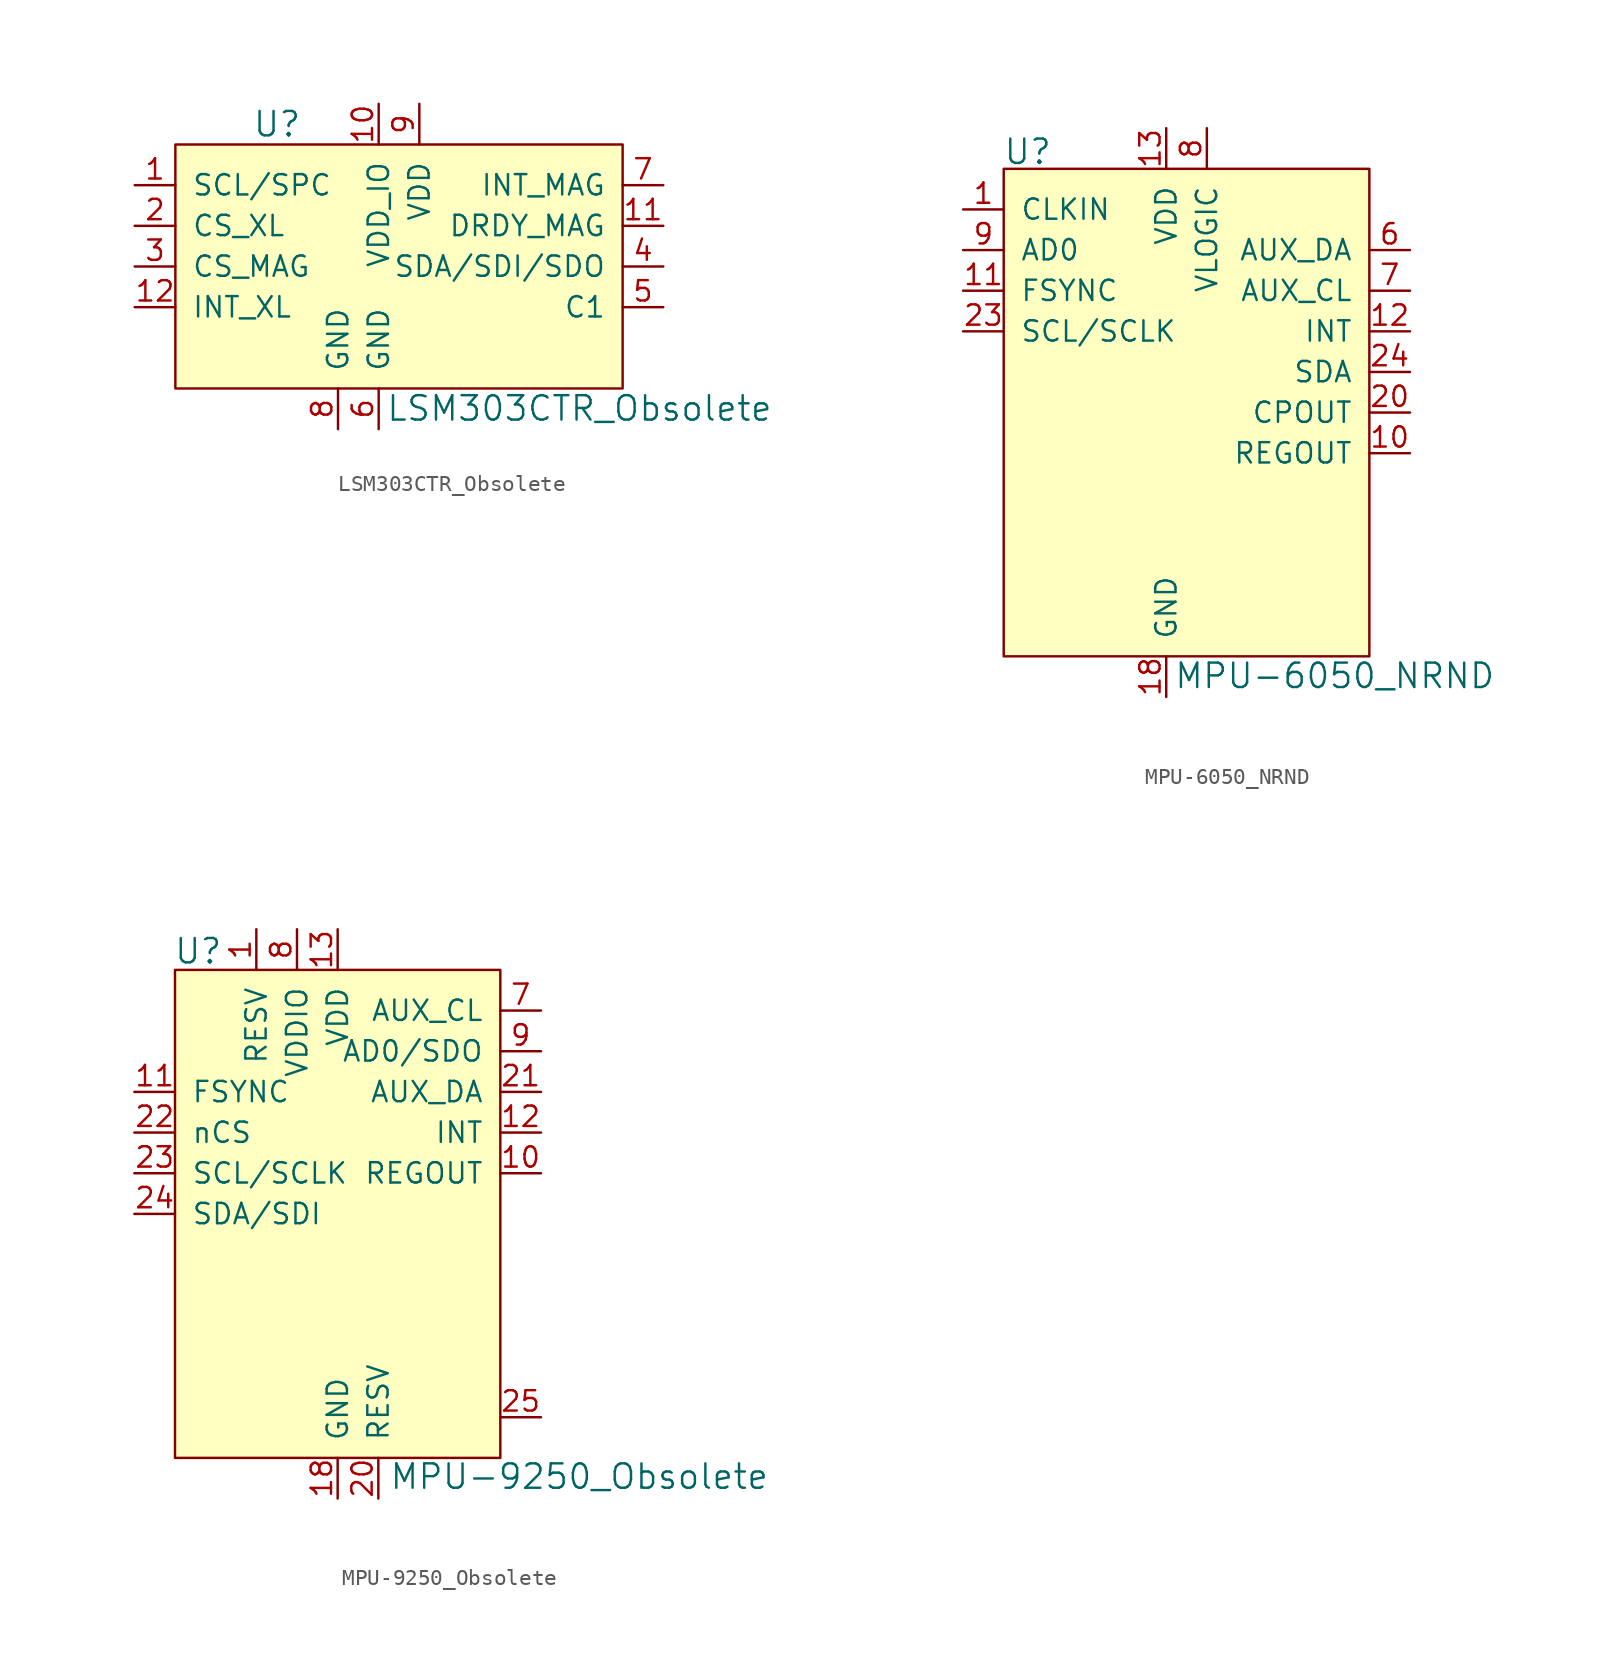
<source format=kicad_sym>
(kicad_symbol_lib
  (version 20201005)
  (generator kicad_symbol_editor)
  (symbol "LSM303CTR_Obsolete"
    (pin_names
      (offset 1.016))
    (property "Reference" "U"
      (at -11.43 13.97 0)
      (effects (font (size 1.524 1.524))))
    (property "Value" "LSM303CTR_Obsolete"
      (at -4.648 -3.785 0)
      (effects (font (size 1.524 1.524)) (justify left)))
    (symbol "LSM303CTR_Obsolete_0_1"
      (rectangle (start -17.78 12.7) (end 10.16 -2.54) (stroke (width 0)) (fill (type background))))
    (symbol "LSM303CTR_Obsolete_1_1"
      (pin input line (at -20.32 10.16 0) (length 2.54) (name "SCL/SPC" (effects (font (size 1.27 1.27)))) (number "1" (effects (font (size 1.27 1.27)))))
      (pin input line (at -20.32 7.62 0) (length 2.54) (name "CS_XL" (effects (font (size 1.27 1.27)))) (number "2" (effects (font (size 1.27 1.27)))))
      (pin input line (at -20.32 5.08 0) (length 2.54) (name "CS_MAG" (effects (font (size 1.27 1.27)))) (number "3" (effects (font (size 1.27 1.27)))))
      (pin bidirectional line (at 12.7 5.08 180) (length 2.54) (name "SDA/SDI/SDO" (effects (font (size 1.27 1.27)))) (number "4" (effects (font (size 1.27 1.27)))))
      (pin passive line (at 12.7 2.54 180) (length 2.54) (name "C1" (effects (font (size 1.27 1.27)))) (number "5" (effects (font (size 1.27 1.27)))))
      (pin power_in line (at -5.08 -5.08 90) (length 2.54) (name "GND" (effects (font (size 1.27 1.27)))) (number "6" (effects (font (size 1.27 1.27)))))
      (pin output line (at 12.7 10.16 180) (length 2.54) (name "INT_MAG" (effects (font (size 1.27 1.27)))) (number "7" (effects (font (size 1.27 1.27)))))
      (pin power_in line (at -7.62 -5.08 90) (length 2.54) (name "GND" (effects (font (size 1.27 1.27)))) (number "8" (effects (font (size 1.27 1.27)))))
      (pin power_in line (at -2.54 15.24 270) (length 2.54) (name "VDD" (effects (font (size 1.27 1.27)))) (number "9" (effects (font (size 1.27 1.27)))))
      (pin power_in line (at -5.08 15.24 270) (length 2.54) (name "VDD_IO" (effects (font (size 1.27 1.27)))) (number "10" (effects (font (size 1.27 1.27)))))
      (pin output line (at 12.7 7.62 180) (length 2.54) (name "DRDY_MAG" (effects (font (size 1.27 1.27)))) (number "11" (effects (font (size 1.27 1.27)))))
      (pin input line (at -20.32 2.54 0) (length 2.54) (name "INT_XL" (effects (font (size 1.27 1.27)))) (number "12" (effects (font (size 1.27 1.27)))))))
  (symbol "MPU-6050_NRND"
    (pin_names
      (offset 1.016))
    (property "Reference" "U"
      (at -10.211 16.307 0)
      (effects (font (size 1.524 1.524)) (justify left)))
    (property "Value" "MPU-6050_NRND"
      (at 0.457 -16.459 0)
      (effects (font (size 1.524 1.524)) (justify left)))
    (symbol "MPU-6050_NRND_1_0"
      (pin input line (at -12.7 12.7 0) (length 2.54) (name "CLKIN" (effects (font (size 1.27 1.27)))) (number "1" (effects (font (size 1.27 1.27)))))
      (pin no_connect line (at -10.16 -12.7 0) (length 2.54) hide (name "NC" (effects (font (size 1.27 1.27)))) (number "2" (effects (font (size 1.27 1.27)))))
      (pin no_connect line (at -10.16 -10.16 0) (length 2.54) hide (name "NC" (effects (font (size 1.27 1.27)))) (number "3" (effects (font (size 1.27 1.27)))))
      (pin no_connect line (at -10.16 -7.62 0) (length 2.54) hide (name "NC" (effects (font (size 1.27 1.27)))) (number "4" (effects (font (size 1.27 1.27)))))
      (pin no_connect line (at -10.16 -5.08 0) (length 2.54) hide (name "NC" (effects (font (size 1.27 1.27)))) (number "5" (effects (font (size 1.27 1.27)))))
      (pin bidirectional line (at 15.24 10.16 180) (length 2.54) (name "AUX_DA" (effects (font (size 1.27 1.27)))) (number "6" (effects (font (size 1.27 1.27)))))
      (pin output line (at 15.24 7.62 180) (length 2.54) (name "AUX_CL" (effects (font (size 1.27 1.27)))) (number "7" (effects (font (size 1.27 1.27)))))
      (pin power_in line (at 2.54 17.78 270) (length 2.54) (name "VLOGIC" (effects (font (size 1.27 1.27)))) (number "8" (effects (font (size 1.27 1.27)))))
      (pin input line (at -12.7 10.16 0) (length 2.54) (name "AD0" (effects (font (size 1.27 1.27)))) (number "9" (effects (font (size 1.27 1.27)))))
      (pin unspecified line (at 15.24 -2.54 180) (length 2.54) (name "REGOUT" (effects (font (size 1.27 1.27)))) (number "10" (effects (font (size 1.27 1.27)))))
      (pin unspecified line (at 15.24 0 180) (length 2.54) (name "CPOUT" (effects (font (size 1.27 1.27)))) (number "20" (effects (font (size 1.27 1.27)))))
      (pin input line (at -12.7 7.62 0) (length 2.54) (name "FSYNC" (effects (font (size 1.27 1.27)))) (number "11" (effects (font (size 1.27 1.27)))))
      (pin no_connect line (at -10.16 0 0) (length 2.54) hide (name "RESV" (effects (font (size 1.27 1.27)))) (number "21" (effects (font (size 1.27 1.27)))))
      (pin output line (at 15.24 5.08 180) (length 2.54) (name "INT" (effects (font (size 1.27 1.27)))) (number "12" (effects (font (size 1.27 1.27)))))
      (pin no_connect line (at -10.16 -2.54 0) (length 2.54) hide (name "RESV" (effects (font (size 1.27 1.27)))) (number "22" (effects (font (size 1.27 1.27)))))
      (pin power_in line (at 0 17.78 270) (length 2.54) (name "VDD" (effects (font (size 1.27 1.27)))) (number "13" (effects (font (size 1.27 1.27)))))
      (pin input line (at -12.7 5.08 0) (length 2.54) (name "SCL/SCLK" (effects (font (size 1.27 1.27)))) (number "23" (effects (font (size 1.27 1.27)))))
      (pin no_connect line (at 12.7 -10.16 180) (length 2.54) hide (name "NC" (effects (font (size 1.27 1.27)))) (number "14" (effects (font (size 1.27 1.27)))))
      (pin bidirectional line (at 15.24 2.54 180) (length 2.54) (name "SDA" (effects (font (size 1.27 1.27)))) (number "24" (effects (font (size 1.27 1.27)))))
      (pin no_connect line (at 12.7 -12.7 180) (length 2.54) hide (name "NC" (effects (font (size 1.27 1.27)))) (number "15" (effects (font (size 1.27 1.27)))))
      (pin no_connect line (at 12.7 -7.62 180) (length 2.54) hide (name "NC" (effects (font (size 1.27 1.27)))) (number "16" (effects (font (size 1.27 1.27)))))
      (pin no_connect line (at 12.7 -5.08 180) (length 2.54) hide (name "NC" (effects (font (size 1.27 1.27)))) (number "17" (effects (font (size 1.27 1.27)))))
      (pin power_in line (at 0 -17.78 90) (length 2.54) (name "GND" (effects (font (size 1.27 1.27)))) (number "18" (effects (font (size 1.27 1.27)))))
      (pin no_connect line (at -10.16 2.54 0) (length 2.54) hide (name "RESV" (effects (font (size 1.27 1.27)))) (number "19" (effects (font (size 1.27 1.27))))))
    (symbol "MPU-6050_NRND_1_1"
      (rectangle (start -10.16 15.24) (end 12.7 -15.24) (stroke (width 0)) (fill (type background)))))
  (symbol "MPU-9250_Obsolete"
    (pin_names
      (offset 1.016))
    (property "Reference" "U"
      (at -17.882 11.328 0)
      (effects (font (size 1.524 1.524)) (justify left)))
    (property "Value" "MPU-9250_Obsolete"
      (at -4.42 -21.488 0)
      (effects (font (size 1.524 1.524)) (justify left)))
    (symbol "MPU-9250_Obsolete_0_1"
      (rectangle (start -17.78 10.16) (end 2.54 -20.32) (stroke (width 0)) (fill (type background))))
    (symbol "MPU-9250_Obsolete_1_0"
      (pin no_connect line (at -17.78 -7.62 0) (length 2.54) hide (name "NC" (effects (font (size 1.27 1.27)))) (number "2" (effects (font (size 1.27 1.27)))))
      (pin no_connect line (at -17.78 -10.16 0) (length 2.54) hide (name "NC" (effects (font (size 1.27 1.27)))) (number "3" (effects (font (size 1.27 1.27)))))
      (pin no_connect line (at -17.78 -12.7 0) (length 2.54) hide (name "NC" (effects (font (size 1.27 1.27)))) (number "4" (effects (font (size 1.27 1.27)))))
      (pin no_connect line (at -17.78 -15.24 0) (length 2.54) hide (name "NC" (effects (font (size 1.27 1.27)))) (number "5" (effects (font (size 1.27 1.27)))))
      (pin no_connect line (at -17.78 -17.78 0) (length 2.54) hide (name "NC" (effects (font (size 1.27 1.27)))) (number "6" (effects (font (size 1.27 1.27)))))
      (pin power_in line (at -10.16 12.7 270) (length 2.54) (name "VDDIO" (effects (font (size 1.27 1.27)))) (number "8" (effects (font (size 1.27 1.27)))))
      (pin output line (at 5.08 5.08 180) (length 2.54) (name "AD0/SDO" (effects (font (size 1.27 1.27)))) (number "9" (effects (font (size 1.27 1.27)))))
      (pin unspecified line (at 5.08 -2.54 180) (length 2.54) (name "REGOUT" (effects (font (size 1.27 1.27)))) (number "10" (effects (font (size 1.27 1.27)))))
      (pin power_in line (at -5.08 -22.86 90) (length 2.54) (name "RESV" (effects (font (size 1.27 1.27)))) (number "20" (effects (font (size 1.27 1.27)))))
      (pin input line (at -20.32 2.54 0) (length 2.54) (name "FSYNC" (effects (font (size 1.27 1.27)))) (number "11" (effects (font (size 1.27 1.27)))))
      (pin bidirectional line (at 5.08 2.54 180) (length 2.54) (name "AUX_DA" (effects (font (size 1.27 1.27)))) (number "21" (effects (font (size 1.27 1.27)))))
      (pin output line (at 5.08 0 180) (length 2.54) (name "INT" (effects (font (size 1.27 1.27)))) (number "12" (effects (font (size 1.27 1.27)))))
      (pin input line (at -20.32 0 0) (length 2.54) (name "nCS" (effects (font (size 1.27 1.27)))) (number "22" (effects (font (size 1.27 1.27)))))
      (pin power_in line (at -7.62 12.7 270) (length 2.54) (name "VDD" (effects (font (size 1.27 1.27)))) (number "13" (effects (font (size 1.27 1.27)))))
      (pin input line (at -20.32 -2.54 0) (length 2.54) (name "SCL/SCLK" (effects (font (size 1.27 1.27)))) (number "23" (effects (font (size 1.27 1.27)))))
      (pin no_connect line (at 2.54 -7.62 180) (length 2.54) hide (name "NC" (effects (font (size 1.27 1.27)))) (number "14" (effects (font (size 1.27 1.27)))))
      (pin input line (at -20.32 -5.08 0) (length 2.54) (name "SDA/SDI" (effects (font (size 1.27 1.27)))) (number "24" (effects (font (size 1.27 1.27)))))
      (pin no_connect line (at 2.54 -10.16 180) (length 2.54) hide (name "NC" (effects (font (size 1.27 1.27)))) (number "15" (effects (font (size 1.27 1.27)))))
      (pin unspecified line (at 5.08 -17.78 180) (length 2.54) (name "~" (effects (font (size 1.27 1.27)))) (number "25" (effects (font (size 1.27 1.27)))))
      (pin no_connect line (at 2.54 -12.7 180) (length 2.54) hide (name "NC" (effects (font (size 1.27 1.27)))) (number "16" (effects (font (size 1.27 1.27)))))
      (pin no_connect line (at 2.54 -15.24 180) (length 2.54) hide (name "NC" (effects (font (size 1.27 1.27)))) (number "17" (effects (font (size 1.27 1.27)))))
      (pin power_in line (at -7.62 -22.86 90) (length 2.54) (name "GND" (effects (font (size 1.27 1.27)))) (number "18" (effects (font (size 1.27 1.27)))))
      (pin no_connect line (at 2.54 -5.08 180) (length 2.54) hide (name "RESV" (effects (font (size 1.27 1.27)))) (number "19" (effects (font (size 1.27 1.27))))))
    (symbol "MPU-9250_Obsolete_1_1"
      (pin power_in line (at -12.7 12.7 270) (length 2.54) (name "RESV" (effects (font (size 1.27 1.27)))) (number "1" (effects (font (size 1.27 1.27)))))
      (pin output line (at 5.08 7.62 180) (length 2.54) (name "AUX_CL" (effects (font (size 1.27 1.27)))) (number "7" (effects (font (size 1.27 1.27))))))))
</source>
